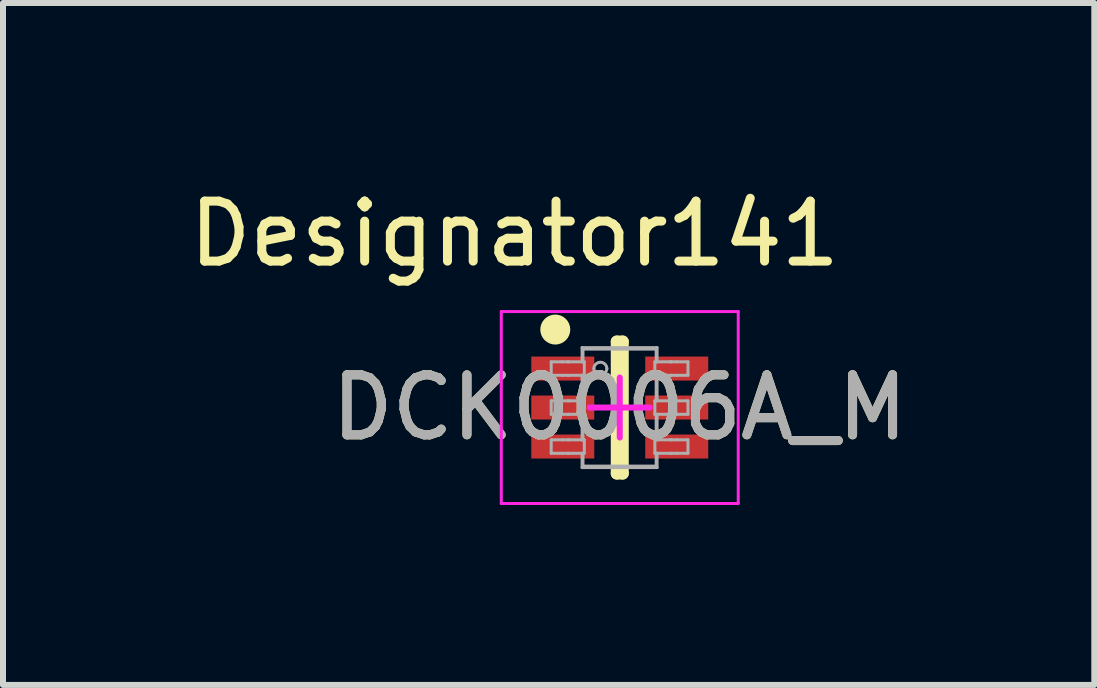
<source format=kicad_pcb>
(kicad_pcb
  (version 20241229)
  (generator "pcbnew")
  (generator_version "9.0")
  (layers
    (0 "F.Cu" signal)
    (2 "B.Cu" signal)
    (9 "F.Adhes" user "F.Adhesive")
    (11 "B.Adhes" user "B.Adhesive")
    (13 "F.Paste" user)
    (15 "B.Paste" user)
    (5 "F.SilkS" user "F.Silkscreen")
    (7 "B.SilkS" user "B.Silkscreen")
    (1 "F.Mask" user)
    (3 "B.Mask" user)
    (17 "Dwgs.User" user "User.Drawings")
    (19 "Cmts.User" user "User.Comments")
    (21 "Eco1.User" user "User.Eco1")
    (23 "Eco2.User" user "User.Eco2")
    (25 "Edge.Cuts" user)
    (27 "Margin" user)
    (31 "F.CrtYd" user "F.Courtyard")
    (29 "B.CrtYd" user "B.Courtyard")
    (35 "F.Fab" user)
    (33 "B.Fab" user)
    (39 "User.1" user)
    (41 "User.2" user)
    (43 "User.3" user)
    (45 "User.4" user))
  (footprint "DCK0006A_M"
    (layer "F.Cu")
    (at 7.282 3.744)
    (property "Reference" "DCK0006A_M" (at 0 0 0) (unlocked yes) (layer "F.SilkS") (effects (font (size 1 1) (thickness 0.15))))
    (attr smd)
    (fp_line (start -0.05 -1.1) (end 0.05 -1.1) (stroke (width 0.2) (type solid)) (layer "F.SilkS"))
    (fp_line (start -0.05 1.1) (end -0.05 -1.1) (stroke (width 0.2) (type solid)) (layer "F.SilkS"))
    (fp_line (start -0.05 1.1) (end 0.05 1.1) (stroke (width 0.2) (type solid)) (layer "F.SilkS"))
    (fp_line (start 0.05 1.1) (end 0.05 -1.1) (stroke (width 0.2) (type solid)) (layer "F.SilkS"))
    (fp_circle (center -1.075 -1.3) (end -0.95 -1.3) (stroke (width 0.25) (type solid)) (fill no) (layer "F.SilkS"))
    (fp_line (start -1.975 -1.6) (end 1.975 -1.6) (stroke (width 0.05) (type solid)) (layer "F.CrtYd"))
    (fp_line (start -1.975 1.6) (end -1.975 -1.6) (stroke (width 0.05) (type solid)) (layer "F.CrtYd"))
    (fp_line (start -1.975 1.6) (end 1.975 1.6) (stroke (width 0.05) (type solid)) (layer "F.CrtYd"))
    (fp_line (start -0.5 0) (end 0.5 0) (stroke (width 0.1) (type solid)) (layer "F.CrtYd"))
    (fp_line (start 0.000003 0.5) (end 0.000003 -0.5) (stroke (width 0.1) (type solid)) (layer "F.CrtYd"))
    (fp_line (start 1.975 1.6) (end 1.975 -1.6) (stroke (width 0.05) (type solid)) (layer "F.CrtYd"))
    (fp_line (start -1.143 -0.762) (end -0.959 -0.762) (stroke (width 0.05) (type solid)) (layer "F.Fab"))
    (fp_line (start -1.143 -0.537) (end -1.143 -0.762) (stroke (width 0.05) (type solid)) (layer "F.Fab"))
    (fp_line (start -1.143 -0.537) (end -0.959 -0.537) (stroke (width 0.05) (type solid)) (layer "F.Fab"))
    (fp_line (start -1.143 -0.112) (end -0.959 -0.112) (stroke (width 0.05) (type solid)) (layer "F.Fab"))
    (fp_line (start -1.143 0.113) (end -1.143 -0.112) (stroke (width 0.05) (type solid)) (layer "F.Fab"))
    (fp_line (start -1.143 0.113) (end -0.959 0.113) (stroke (width 0.05) (type solid)) (layer "F.Fab"))
    (fp_line (start -1.143 0.538) (end -0.959 0.538) (stroke (width 0.05) (type solid)) (layer "F.Fab"))
    (fp_line (start -1.143 0.763) (end -1.143 0.538) (stroke (width 0.05) (type solid)) (layer "F.Fab"))
    (fp_line (start -1.143 0.763) (end -0.959 0.763) (stroke (width 0.05) (type solid)) (layer "F.Fab"))
    (fp_line (start -0.959 -0.762) (end -0.865 -0.762) (stroke (width 0.05) (type solid)) (layer "F.Fab"))
    (fp_line (start -0.959 -0.537) (end -0.865 -0.537) (stroke (width 0.05) (type solid)) (layer "F.Fab"))
    (fp_line (start -0.959 -0.112) (end -0.865 -0.112) (stroke (width 0.05) (type solid)) (layer "F.Fab"))
    (fp_line (start -0.959 0.113) (end -0.865 0.113) (stroke (width 0.05) (type solid)) (layer "F.Fab"))
    (fp_line (start -0.959 0.538) (end -0.865 0.538) (stroke (width 0.05) (type solid)) (layer "F.Fab"))
    (fp_line (start -0.959 0.763) (end -0.865 0.763) (stroke (width 0.05) (type solid)) (layer "F.Fab"))
    (fp_line (start -0.865 -0.762) (end -0.853 -0.762) (stroke (width 0.05) (type solid)) (layer "F.Fab"))
    (fp_line (start -0.865 -0.537) (end -0.853 -0.537) (stroke (width 0.05) (type solid)) (layer "F.Fab"))
    (fp_line (start -0.865 -0.112) (end -0.853 -0.112) (stroke (width 0.05) (type solid)) (layer "F.Fab"))
    (fp_line (start -0.865 0.113) (end -0.853 0.113) (stroke (width 0.05) (type solid)) (layer "F.Fab"))
    (fp_line (start -0.865 0.538) (end -0.853 0.538) (stroke (width 0.05) (type solid)) (layer "F.Fab"))
    (fp_line (start -0.865 0.763) (end -0.853 0.763) (stroke (width 0.05) (type solid)) (layer "F.Fab"))
    (fp_line (start -0.853 -0.762) (end -0.628 -0.762) (stroke (width 0.05) (type solid)) (layer "F.Fab"))
    (fp_line (start -0.853 -0.537) (end -0.628 -0.537) (stroke (width 0.05) (type solid)) (layer "F.Fab"))
    (fp_line (start -0.853 -0.112) (end -0.628 -0.112) (stroke (width 0.05) (type solid)) (layer "F.Fab"))
    (fp_line (start -0.853 0.113) (end -0.628 0.113) (stroke (width 0.05) (type solid)) (layer "F.Fab"))
    (fp_line (start -0.853 0.538) (end -0.628 0.538) (stroke (width 0.05) (type solid)) (layer "F.Fab"))
    (fp_line (start -0.853 0.763) (end -0.628 0.763) (stroke (width 0.05) (type solid)) (layer "F.Fab"))
    (fp_line (start -0.628 -0.999) (end 0.622 -0.999) (stroke (width 0.05) (type solid)) (layer "F.Fab"))
    (fp_line (start -0.628 -0.762) (end -0.628 -0.999) (stroke (width 0.05) (type solid)) (layer "F.Fab"))
    (fp_line (start -0.628 -0.762) (end -0.591 -0.762) (stroke (width 0.05) (type solid)) (layer "F.Fab"))
    (fp_line (start -0.628 -0.537) (end -0.591 -0.537) (stroke (width 0.05) (type solid)) (layer "F.Fab"))
    (fp_line (start -0.628 -0.112) (end -0.628 -0.537) (stroke (width 0.05) (type solid)) (layer "F.Fab"))
    (fp_line (start -0.628 -0.112) (end -0.591 -0.112) (stroke (width 0.05) (type solid)) (layer "F.Fab"))
    (fp_line (start -0.628 0.113) (end -0.591 0.113) (stroke (width 0.05) (type solid)) (layer "F.Fab"))
    (fp_line (start -0.628 0.538) (end -0.628 0.113) (stroke (width 0.05) (type solid)) (layer "F.Fab"))
    (fp_line (start -0.628 0.538) (end -0.591 0.538) (stroke (width 0.05) (type solid)) (layer "F.Fab"))
    (fp_line (start -0.628 0.763) (end -0.591 0.763) (stroke (width 0.05) (type solid)) (layer "F.Fab"))
    (fp_line (start -0.628 1.001) (end -0.628 0.763) (stroke (width 0.05) (type solid)) (layer "F.Fab"))
    (fp_line (start -0.628 1.001) (end 0.622 1.001) (stroke (width 0.05) (type solid)) (layer "F.Fab"))
    (fp_line (start -0.613 -0.974) (end 0.607 -0.974) (stroke (width 0.05) (type solid)) (layer "F.Fab"))
    (fp_line (start -0.613 -0.762) (end -0.613 -0.974) (stroke (width 0.05) (type solid)) (layer "F.Fab"))
    (fp_line (start -0.613 -0.112) (end -0.613 -0.537) (stroke (width 0.05) (type solid)) (layer "F.Fab"))
    (fp_line (start -0.613 0.538) (end -0.613 0.113) (stroke (width 0.05) (type solid)) (layer "F.Fab"))
    (fp_line (start -0.613 0.976) (end -0.613 0.763) (stroke (width 0.05) (type solid)) (layer "F.Fab"))
    (fp_line (start -0.613 0.976) (end 0.607 0.976) (stroke (width 0.05) (type solid)) (layer "F.Fab"))
    (fp_line (start -0.591 -0.537) (end -0.591 -0.762) (stroke (width 0.05) (type solid)) (layer "F.Fab"))
    (fp_line (start -0.591 0.113) (end -0.591 -0.112) (stroke (width 0.05) (type solid)) (layer "F.Fab"))
    (fp_line (start -0.591 0.763) (end -0.591 0.538) (stroke (width 0.05) (type solid)) (layer "F.Fab"))
    (fp_line (start 0.585 -0.762) (end 0.622 -0.762) (stroke (width 0.05) (type solid)) (layer "F.Fab"))
    (fp_line (start 0.585 -0.537) (end 0.585 -0.762) (stroke (width 0.05) (type solid)) (layer "F.Fab"))
    (fp_line (start 0.585 -0.537) (end 0.622 -0.537) (stroke (width 0.05) (type solid)) (layer "F.Fab"))
    (fp_line (start 0.585 -0.112) (end 0.622 -0.112) (stroke (width 0.05) (type solid)) (layer "F.Fab"))
    (fp_line (start 0.585 0.113) (end 0.585 -0.112) (stroke (width 0.05) (type solid)) (layer "F.Fab"))
    (fp_line (start 0.585 0.113) (end 0.622 0.113) (stroke (width 0.05) (type solid)) (layer "F.Fab"))
    (fp_line (start 0.585 0.538) (end 0.622 0.538) (stroke (width 0.05) (type solid)) (layer "F.Fab"))
    (fp_line (start 0.585 0.763) (end 0.585 0.538) (stroke (width 0.05) (type solid)) (layer "F.Fab"))
    (fp_line (start 0.585 0.763) (end 0.622 0.763) (stroke (width 0.05) (type solid)) (layer "F.Fab"))
    (fp_line (start 0.607 -0.762) (end 0.607 -0.974) (stroke (width 0.05) (type solid)) (layer "F.Fab"))
    (fp_line (start 0.607 -0.112) (end 0.607 -0.537) (stroke (width 0.05) (type solid)) (layer "F.Fab"))
    (fp_line (start 0.607 0.538) (end 0.607 0.113) (stroke (width 0.05) (type solid)) (layer "F.Fab"))
    (fp_line (start 0.607 0.976) (end 0.607 0.763) (stroke (width 0.05) (type solid)) (layer "F.Fab"))
    (fp_line (start 0.622 -0.762) (end 0.622 -0.999) (stroke (width 0.05) (type solid)) (layer "F.Fab"))
    (fp_line (start 0.622 -0.762) (end 0.847 -0.762) (stroke (width 0.05) (type solid)) (layer "F.Fab"))
    (fp_line (start 0.622 -0.537) (end 0.847 -0.537) (stroke (width 0.05) (type solid)) (layer "F.Fab"))
    (fp_line (start 0.622 -0.112) (end 0.622 -0.537) (stroke (width 0.05) (type solid)) (layer "F.Fab"))
    (fp_line (start 0.622 -0.112) (end 0.847 -0.112) (stroke (width 0.05) (type solid)) (layer "F.Fab"))
    (fp_line (start 0.622 0.113) (end 0.847 0.113) (stroke (width 0.05) (type solid)) (layer "F.Fab"))
    (fp_line (start 0.622 0.538) (end 0.622 0.113) (stroke (width 0.05) (type solid)) (layer "F.Fab"))
    (fp_line (start 0.622 0.538) (end 0.847 0.538) (stroke (width 0.05) (type solid)) (layer "F.Fab"))
    (fp_line (start 0.622 0.763) (end 0.847 0.763) (stroke (width 0.05) (type solid)) (layer "F.Fab"))
    (fp_line (start 0.622 1.001) (end 0.622 0.763) (stroke (width 0.05) (type solid)) (layer "F.Fab"))
    (fp_line (start 0.847 -0.762) (end 0.859 -0.762) (stroke (width 0.05) (type solid)) (layer "F.Fab"))
    (fp_line (start 0.847 -0.537) (end 0.859 -0.537) (stroke (width 0.05) (type solid)) (layer "F.Fab"))
    (fp_line (start 0.847 -0.112) (end 0.859 -0.112) (stroke (width 0.05) (type solid)) (layer "F.Fab"))
    (fp_line (start 0.847 0.113) (end 0.859 0.113) (stroke (width 0.05) (type solid)) (layer "F.Fab"))
    (fp_line (start 0.847 0.538) (end 0.859 0.538) (stroke (width 0.05) (type solid)) (layer "F.Fab"))
    (fp_line (start 0.847 0.763) (end 0.859 0.763) (stroke (width 0.05) (type solid)) (layer "F.Fab"))
    (fp_line (start 0.859 -0.762) (end 0.953 -0.762) (stroke (width 0.05) (type solid)) (layer "F.Fab"))
    (fp_line (start 0.859 -0.537) (end 0.953 -0.537) (stroke (width 0.05) (type solid)) (layer "F.Fab"))
    (fp_line (start 0.859 -0.112) (end 0.953 -0.112) (stroke (width 0.05) (type solid)) (layer "F.Fab"))
    (fp_line (start 0.859 0.113) (end 0.953 0.113) (stroke (width 0.05) (type solid)) (layer "F.Fab"))
    (fp_line (start 0.859 0.538) (end 0.953 0.538) (stroke (width 0.05) (type solid)) (layer "F.Fab"))
    (fp_line (start 0.859 0.763) (end 0.953 0.763) (stroke (width 0.05) (type solid)) (layer "F.Fab"))
    (fp_line (start 0.953 -0.762) (end 1.137 -0.762) (stroke (width 0.05) (type solid)) (layer "F.Fab"))
    (fp_line (start 0.953 -0.537) (end 1.137 -0.537) (stroke (width 0.05) (type solid)) (layer "F.Fab"))
    (fp_line (start 0.953 -0.112) (end 1.137 -0.112) (stroke (width 0.05) (type solid)) (layer "F.Fab"))
    (fp_line (start 0.953 0.113) (end 1.137 0.113) (stroke (width 0.05) (type solid)) (layer "F.Fab"))
    (fp_line (start 0.953 0.538) (end 1.137 0.538) (stroke (width 0.05) (type solid)) (layer "F.Fab"))
    (fp_line (start 0.953 0.763) (end 1.137 0.763) (stroke (width 0.05) (type solid)) (layer "F.Fab"))
    (fp_line (start 1.137 -0.537) (end 1.137 -0.762) (stroke (width 0.05) (type solid)) (layer "F.Fab"))
    (fp_line (start 1.137 0.113) (end 1.137 -0.112) (stroke (width 0.05) (type solid)) (layer "F.Fab"))
    (fp_line (start 1.137 0.763) (end 1.137 0.538) (stroke (width 0.05) (type solid)) (layer "F.Fab"))
    (fp_arc (start -0.431546 -0.650138) (mid -0.323177 -0.758507) (end -0.214808 -0.650138) (stroke (width 0.05) (type solid)) (layer "F.Fab"))
    (fp_arc (start -0.214808 -0.650138) (mid -0.323177 -0.541769) (end -0.431546 -0.650138) (stroke (width 0.05) (type solid)) (layer "F.Fab"))
    (fp_text user "Designator141" (at -1.753 -2.896 0) (unlocked yes) (layer "F.SilkS") (effects (font (size 1 1) (thickness 0.15))))
    (fp_text user "${REFERENCE}" (at 0 0 0) (unlocked yes) (layer "F.Fab") (effects (font (size 1 1) (thickness 0.15))))
    (pad "1" smd rect (at -0.95 -0.65 90) (size 0.4 1.05) (layers "F.Cu" "F.Mask" "F.Paste"))
    (pad "2" smd rect (at -0.95 0 90) (size 0.4 1.05) (layers "F.Cu" "F.Mask" "F.Paste"))
    (pad "3" smd rect (at -0.95 0.65 90) (size 0.4 1.05) (layers "F.Cu" "F.Mask" "F.Paste"))
    (pad "4" smd rect (at 0.95 0.65 90) (size 0.4 1.05) (layers "F.Cu" "F.Mask" "F.Paste"))
    (pad "5" smd rect (at 0.95 0 90) (size 0.4 1.05) (layers "F.Cu" "F.Mask" "F.Paste"))
    (pad "6" smd rect (at 0.95 -0.65 90) (size 0.4 1.05) (layers "F.Cu" "F.Mask" "F.Paste")))
  (gr_rect
    (start -3 -3)
    (end 15.193 8.369)
    (stroke (width 0.1) (type default))
    (fill no)
    (layer "Edge.Cuts")))
</source>
